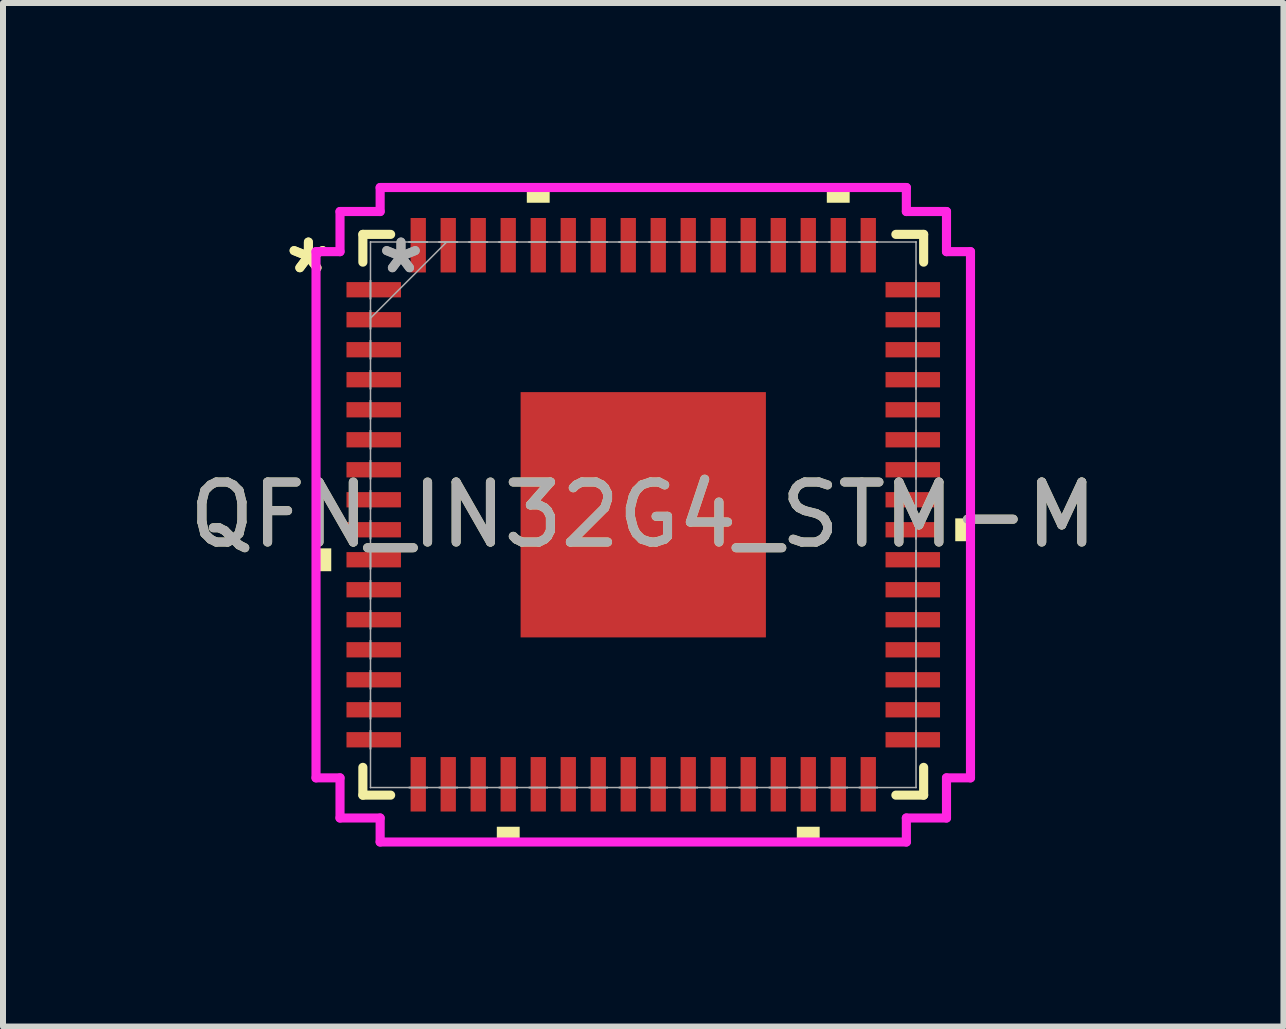
<source format=kicad_pcb>
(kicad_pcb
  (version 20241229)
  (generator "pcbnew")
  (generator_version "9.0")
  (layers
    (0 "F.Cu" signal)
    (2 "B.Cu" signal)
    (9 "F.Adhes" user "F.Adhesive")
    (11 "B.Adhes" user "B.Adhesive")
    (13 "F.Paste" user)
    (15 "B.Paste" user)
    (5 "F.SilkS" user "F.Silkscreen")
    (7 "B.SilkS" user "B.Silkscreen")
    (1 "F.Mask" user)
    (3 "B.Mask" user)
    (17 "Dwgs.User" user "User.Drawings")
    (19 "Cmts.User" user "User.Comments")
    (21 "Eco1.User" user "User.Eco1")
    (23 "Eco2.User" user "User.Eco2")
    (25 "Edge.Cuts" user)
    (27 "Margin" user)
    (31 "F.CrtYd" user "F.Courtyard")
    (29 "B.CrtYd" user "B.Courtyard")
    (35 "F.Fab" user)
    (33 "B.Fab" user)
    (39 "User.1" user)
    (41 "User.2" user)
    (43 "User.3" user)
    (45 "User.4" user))
  (footprint "QFN_IN32G4_STM-M"
    (layer "F.Cu")
    (at 7.673 5.531)
    (property "Reference" "QFN_IN32G4_STM-M" (at 0 0 0) (unlocked yes) (layer "F.SilkS") (effects (font (size 1 1) (thickness 0.15))))
    (attr smd)
    (fp_line (start -4.674 -4.674) (end -4.674 -4.211) (stroke (width 0.152) (type solid)) (layer "F.SilkS"))
    (fp_line (start -4.674 4.211) (end -4.674 4.674) (stroke (width 0.152) (type solid)) (layer "F.SilkS"))
    (fp_line (start -4.674 4.674) (end -4.211 4.674) (stroke (width 0.152) (type solid)) (layer "F.SilkS"))
    (fp_line (start -4.211 -4.674) (end -4.674 -4.674) (stroke (width 0.152) (type solid)) (layer "F.SilkS"))
    (fp_line (start 4.211 4.674) (end 4.674 4.674) (stroke (width 0.152) (type solid)) (layer "F.SilkS"))
    (fp_line (start 4.674 -4.674) (end 4.211 -4.674) (stroke (width 0.152) (type solid)) (layer "F.SilkS"))
    (fp_line (start 4.674 -4.211) (end 4.674 -4.674) (stroke (width 0.152) (type solid)) (layer "F.SilkS"))
    (fp_line (start 4.674 4.674) (end 4.674 4.211) (stroke (width 0.152) (type solid)) (layer "F.SilkS"))
    (fp_poly (pts (xy -5.455 0.56) (xy -5.455 0.941) (xy -5.201 0.941) (xy -5.201 0.56)) (stroke (width 0) (type solid)) (fill yes) (layer "F.SilkS"))
    (fp_poly (pts (xy -2.441 5.201) (xy -2.441 5.455) (xy -2.06 5.455) (xy -2.06 5.201)) (stroke (width 0) (type solid)) (fill yes) (layer "F.SilkS"))
    (fp_poly (pts (xy -1.941 -5.201) (xy -1.941 -5.455) (xy -1.56 -5.455) (xy -1.56 -5.201)) (stroke (width 0) (type solid)) (fill yes) (layer "F.SilkS"))
    (fp_poly (pts (xy 2.56 5.201) (xy 2.56 5.455) (xy 2.941 5.455) (xy 2.941 5.201)) (stroke (width 0) (type solid)) (fill yes) (layer "F.SilkS"))
    (fp_poly (pts (xy 3.06 -5.201) (xy 3.06 -5.455) (xy 3.441 -5.455) (xy 3.441 -5.201)) (stroke (width 0) (type solid)) (fill yes) (layer "F.SilkS"))
    (fp_poly (pts (xy 5.455 0.06) (xy 5.455 0.441) (xy 5.201 0.441) (xy 5.201 0.06)) (stroke (width 0) (type solid)) (fill yes) (layer "F.SilkS"))
    (fp_poly (pts (xy -1.945 -1.945) (xy -1.945 -0.782) (xy -0.782 -0.782) (xy -0.782 -1.945)) (stroke (width 0) (type solid)) (fill yes) (layer "F.Paste"))
    (fp_poly (pts (xy -1.945 -0.582) (xy -1.945 0.582) (xy -0.782 0.582) (xy -0.782 -0.582)) (stroke (width 0) (type solid)) (fill yes) (layer "F.Paste"))
    (fp_poly (pts (xy -1.945 0.782) (xy -1.945 1.945) (xy -0.782 1.945) (xy -0.782 0.782)) (stroke (width 0) (type solid)) (fill yes) (layer "F.Paste"))
    (fp_poly (pts (xy -0.582 -1.945) (xy -0.582 -0.782) (xy 0.582 -0.782) (xy 0.582 -1.945)) (stroke (width 0) (type solid)) (fill yes) (layer "F.Paste"))
    (fp_poly (pts (xy -0.582 -0.582) (xy -0.582 0.582) (xy 0.582 0.582) (xy 0.582 -0.582)) (stroke (width 0) (type solid)) (fill yes) (layer "F.Paste"))
    (fp_poly (pts (xy -0.582 0.782) (xy -0.582 1.945) (xy 0.582 1.945) (xy 0.582 0.782)) (stroke (width 0) (type solid)) (fill yes) (layer "F.Paste"))
    (fp_poly (pts (xy 0.782 -1.945) (xy 0.782 -0.782) (xy 1.945 -0.782) (xy 1.945 -1.945)) (stroke (width 0) (type solid)) (fill yes) (layer "F.Paste"))
    (fp_poly (pts (xy 0.782 -0.582) (xy 0.782 0.582) (xy 1.945 0.582) (xy 1.945 -0.582)) (stroke (width 0) (type solid)) (fill yes) (layer "F.Paste"))
    (fp_poly (pts (xy 0.782 0.782) (xy 0.782 1.945) (xy 1.945 1.945) (xy 1.945 0.782)) (stroke (width 0) (type solid)) (fill yes) (layer "F.Paste"))
    (fp_line (start -5.455 -4.386) (end -5.055 -4.386) (stroke (width 0.152) (type solid)) (layer "F.CrtYd"))
    (fp_line (start -5.455 4.386) (end -5.455 -4.386) (stroke (width 0.152) (type solid)) (layer "F.CrtYd"))
    (fp_line (start -5.055 -5.055) (end -4.386 -5.055) (stroke (width 0.152) (type solid)) (layer "F.CrtYd"))
    (fp_line (start -5.055 -4.386) (end -5.055 -5.055) (stroke (width 0.152) (type solid)) (layer "F.CrtYd"))
    (fp_line (start -5.055 4.386) (end -5.455 4.386) (stroke (width 0.152) (type solid)) (layer "F.CrtYd"))
    (fp_line (start -5.055 5.055) (end -5.055 4.386) (stroke (width 0.152) (type solid)) (layer "F.CrtYd"))
    (fp_line (start -4.386 -5.455) (end 4.386 -5.455) (stroke (width 0.152) (type solid)) (layer "F.CrtYd"))
    (fp_line (start -4.386 -5.055) (end -4.386 -5.455) (stroke (width 0.152) (type solid)) (layer "F.CrtYd"))
    (fp_line (start -4.386 5.055) (end -5.055 5.055) (stroke (width 0.152) (type solid)) (layer "F.CrtYd"))
    (fp_line (start -4.386 5.455) (end -4.386 5.055) (stroke (width 0.152) (type solid)) (layer "F.CrtYd"))
    (fp_line (start 4.386 -5.455) (end 4.386 -5.055) (stroke (width 0.152) (type solid)) (layer "F.CrtYd"))
    (fp_line (start 4.386 -5.055) (end 5.055 -5.055) (stroke (width 0.152) (type solid)) (layer "F.CrtYd"))
    (fp_line (start 4.386 5.055) (end 4.386 5.455) (stroke (width 0.152) (type solid)) (layer "F.CrtYd"))
    (fp_line (start 4.386 5.455) (end -4.386 5.455) (stroke (width 0.152) (type solid)) (layer "F.CrtYd"))
    (fp_line (start 5.055 -5.055) (end 5.055 -4.386) (stroke (width 0.152) (type solid)) (layer "F.CrtYd"))
    (fp_line (start 5.055 -4.386) (end 5.455 -4.386) (stroke (width 0.152) (type solid)) (layer "F.CrtYd"))
    (fp_line (start 5.055 4.386) (end 5.055 5.055) (stroke (width 0.152) (type solid)) (layer "F.CrtYd"))
    (fp_line (start 5.055 5.055) (end 4.386 5.055) (stroke (width 0.152) (type solid)) (layer "F.CrtYd"))
    (fp_line (start 5.455 -4.386) (end 5.455 4.386) (stroke (width 0.152) (type solid)) (layer "F.CrtYd"))
    (fp_line (start 5.455 4.386) (end 5.055 4.386) (stroke (width 0.152) (type solid)) (layer "F.CrtYd"))
    (fp_line (start -4.547 -4.547) (end -4.547 -4.547) (stroke (width 0.025) (type solid)) (layer "F.Fab"))
    (fp_line (start -4.547 -4.547) (end -4.547 4.547) (stroke (width 0.025) (type solid)) (layer "F.Fab"))
    (fp_line (start -4.547 -3.903) (end -4.547 -3.903) (stroke (width 0.025) (type solid)) (layer "F.Fab"))
    (fp_line (start -4.547 -3.903) (end -4.547 -3.599) (stroke (width 0.025) (type solid)) (layer "F.Fab"))
    (fp_line (start -4.547 -3.599) (end -4.547 -3.903) (stroke (width 0.025) (type solid)) (layer "F.Fab"))
    (fp_line (start -4.547 -3.599) (end -4.547 -3.599) (stroke (width 0.025) (type solid)) (layer "F.Fab"))
    (fp_line (start -4.547 -3.403) (end -4.547 -3.403) (stroke (width 0.025) (type solid)) (layer "F.Fab"))
    (fp_line (start -4.547 -3.403) (end -4.547 -3.098) (stroke (width 0.025) (type solid)) (layer "F.Fab"))
    (fp_line (start -4.547 -3.277) (end -3.277 -4.547) (stroke (width 0.025) (type solid)) (layer "F.Fab"))
    (fp_line (start -4.547 -3.098) (end -4.547 -3.403) (stroke (width 0.025) (type solid)) (layer "F.Fab"))
    (fp_line (start -4.547 -3.098) (end -4.547 -3.098) (stroke (width 0.025) (type solid)) (layer "F.Fab"))
    (fp_line (start -4.547 -2.903) (end -4.547 -2.903) (stroke (width 0.025) (type solid)) (layer "F.Fab"))
    (fp_line (start -4.547 -2.903) (end -4.547 -2.598) (stroke (width 0.025) (type solid)) (layer "F.Fab"))
    (fp_line (start -4.547 -2.598) (end -4.547 -2.903) (stroke (width 0.025) (type solid)) (layer "F.Fab"))
    (fp_line (start -4.547 -2.598) (end -4.547 -2.598) (stroke (width 0.025) (type solid)) (layer "F.Fab"))
    (fp_line (start -4.547 -2.403) (end -4.547 -2.403) (stroke (width 0.025) (type solid)) (layer "F.Fab"))
    (fp_line (start -4.547 -2.403) (end -4.547 -2.098) (stroke (width 0.025) (type solid)) (layer "F.Fab"))
    (fp_line (start -4.547 -2.098) (end -4.547 -2.403) (stroke (width 0.025) (type solid)) (layer "F.Fab"))
    (fp_line (start -4.547 -2.098) (end -4.547 -2.098) (stroke (width 0.025) (type solid)) (layer "F.Fab"))
    (fp_line (start -4.547 -1.903) (end -4.547 -1.903) (stroke (width 0.025) (type solid)) (layer "F.Fab"))
    (fp_line (start -4.547 -1.903) (end -4.547 -1.598) (stroke (width 0.025) (type solid)) (layer "F.Fab"))
    (fp_line (start -4.547 -1.598) (end -4.547 -1.903) (stroke (width 0.025) (type solid)) (layer "F.Fab"))
    (fp_line (start -4.547 -1.598) (end -4.547 -1.598) (stroke (width 0.025) (type solid)) (layer "F.Fab"))
    (fp_line (start -4.547 -1.403) (end -4.547 -1.403) (stroke (width 0.025) (type solid)) (layer "F.Fab"))
    (fp_line (start -4.547 -1.403) (end -4.547 -1.098) (stroke (width 0.025) (type solid)) (layer "F.Fab"))
    (fp_line (start -4.547 -1.098) (end -4.547 -1.403) (stroke (width 0.025) (type solid)) (layer "F.Fab"))
    (fp_line (start -4.547 -1.098) (end -4.547 -1.098) (stroke (width 0.025) (type solid)) (layer "F.Fab"))
    (fp_line (start -4.547 -0.903) (end -4.547 -0.903) (stroke (width 0.025) (type solid)) (layer "F.Fab"))
    (fp_line (start -4.547 -0.903) (end -4.547 -0.598) (stroke (width 0.025) (type solid)) (layer "F.Fab"))
    (fp_line (start -4.547 -0.598) (end -4.547 -0.903) (stroke (width 0.025) (type solid)) (layer "F.Fab"))
    (fp_line (start -4.547 -0.598) (end -4.547 -0.598) (stroke (width 0.025) (type solid)) (layer "F.Fab"))
    (fp_line (start -4.547 -0.402) (end -4.547 -0.402) (stroke (width 0.025) (type solid)) (layer "F.Fab"))
    (fp_line (start -4.547 -0.402) (end -4.547 -0.098) (stroke (width 0.025) (type solid)) (layer "F.Fab"))
    (fp_line (start -4.547 -0.098) (end -4.547 -0.402) (stroke (width 0.025) (type solid)) (layer "F.Fab"))
    (fp_line (start -4.547 -0.098) (end -4.547 -0.098) (stroke (width 0.025) (type solid)) (layer "F.Fab"))
    (fp_line (start -4.547 0.098) (end -4.547 0.098) (stroke (width 0.025) (type solid)) (layer "F.Fab"))
    (fp_line (start -4.547 0.098) (end -4.547 0.402) (stroke (width 0.025) (type solid)) (layer "F.Fab"))
    (fp_line (start -4.547 0.402) (end -4.547 0.098) (stroke (width 0.025) (type solid)) (layer "F.Fab"))
    (fp_line (start -4.547 0.402) (end -4.547 0.402) (stroke (width 0.025) (type solid)) (layer "F.Fab"))
    (fp_line (start -4.547 0.598) (end -4.547 0.598) (stroke (width 0.025) (type solid)) (layer "F.Fab"))
    (fp_line (start -4.547 0.598) (end -4.547 0.903) (stroke (width 0.025) (type solid)) (layer "F.Fab"))
    (fp_line (start -4.547 0.903) (end -4.547 0.598) (stroke (width 0.025) (type solid)) (layer "F.Fab"))
    (fp_line (start -4.547 0.903) (end -4.547 0.903) (stroke (width 0.025) (type solid)) (layer "F.Fab"))
    (fp_line (start -4.547 1.098) (end -4.547 1.098) (stroke (width 0.025) (type solid)) (layer "F.Fab"))
    (fp_line (start -4.547 1.098) (end -4.547 1.403) (stroke (width 0.025) (type solid)) (layer "F.Fab"))
    (fp_line (start -4.547 1.403) (end -4.547 1.098) (stroke (width 0.025) (type solid)) (layer "F.Fab"))
    (fp_line (start -4.547 1.403) (end -4.547 1.403) (stroke (width 0.025) (type solid)) (layer "F.Fab"))
    (fp_line (start -4.547 1.598) (end -4.547 1.598) (stroke (width 0.025) (type solid)) (layer "F.Fab"))
    (fp_line (start -4.547 1.598) (end -4.547 1.903) (stroke (width 0.025) (type solid)) (layer "F.Fab"))
    (fp_line (start -4.547 1.903) (end -4.547 1.598) (stroke (width 0.025) (type solid)) (layer "F.Fab"))
    (fp_line (start -4.547 1.903) (end -4.547 1.903) (stroke (width 0.025) (type solid)) (layer "F.Fab"))
    (fp_line (start -4.547 2.098) (end -4.547 2.098) (stroke (width 0.025) (type solid)) (layer "F.Fab"))
    (fp_line (start -4.547 2.098) (end -4.547 2.403) (stroke (width 0.025) (type solid)) (layer "F.Fab"))
    (fp_line (start -4.547 2.403) (end -4.547 2.098) (stroke (width 0.025) (type solid)) (layer "F.Fab"))
    (fp_line (start -4.547 2.403) (end -4.547 2.403) (stroke (width 0.025) (type solid)) (layer "F.Fab"))
    (fp_line (start -4.547 2.598) (end -4.547 2.598) (stroke (width 0.025) (type solid)) (layer "F.Fab"))
    (fp_line (start -4.547 2.598) (end -4.547 2.903) (stroke (width 0.025) (type solid)) (layer "F.Fab"))
    (fp_line (start -4.547 2.903) (end -4.547 2.598) (stroke (width 0.025) (type solid)) (layer "F.Fab"))
    (fp_line (start -4.547 2.903) (end -4.547 2.903) (stroke (width 0.025) (type solid)) (layer "F.Fab"))
    (fp_line (start -4.547 3.098) (end -4.547 3.098) (stroke (width 0.025) (type solid)) (layer "F.Fab"))
    (fp_line (start -4.547 3.098) (end -4.547 3.403) (stroke (width 0.025) (type solid)) (layer "F.Fab"))
    (fp_line (start -4.547 3.403) (end -4.547 3.098) (stroke (width 0.025) (type solid)) (layer "F.Fab"))
    (fp_line (start -4.547 3.403) (end -4.547 3.403) (stroke (width 0.025) (type solid)) (layer "F.Fab"))
    (fp_line (start -4.547 3.599) (end -4.547 3.599) (stroke (width 0.025) (type solid)) (layer "F.Fab"))
    (fp_line (start -4.547 3.599) (end -4.547 3.903) (stroke (width 0.025) (type solid)) (layer "F.Fab"))
    (fp_line (start -4.547 3.903) (end -4.547 3.599) (stroke (width 0.025) (type solid)) (layer "F.Fab"))
    (fp_line (start -4.547 3.903) (end -4.547 3.903) (stroke (width 0.025) (type solid)) (layer "F.Fab"))
    (fp_line (start -4.547 4.547) (end -4.547 4.547) (stroke (width 0.025) (type solid)) (layer "F.Fab"))
    (fp_line (start -4.547 4.547) (end 4.547 4.547) (stroke (width 0.025) (type solid)) (layer "F.Fab"))
    (fp_line (start -3.903 -4.547) (end -3.903 -4.547) (stroke (width 0.025) (type solid)) (layer "F.Fab"))
    (fp_line (start -3.903 -4.547) (end -3.599 -4.547) (stroke (width 0.025) (type solid)) (layer "F.Fab"))
    (fp_line (start -3.903 4.547) (end -3.903 4.547) (stroke (width 0.025) (type solid)) (layer "F.Fab"))
    (fp_line (start -3.903 4.547) (end -3.599 4.547) (stroke (width 0.025) (type solid)) (layer "F.Fab"))
    (fp_line (start -3.599 -4.547) (end -3.903 -4.547) (stroke (width 0.025) (type solid)) (layer "F.Fab"))
    (fp_line (start -3.599 -4.547) (end -3.599 -4.547) (stroke (width 0.025) (type solid)) (layer "F.Fab"))
    (fp_line (start -3.599 4.547) (end -3.903 4.547) (stroke (width 0.025) (type solid)) (layer "F.Fab"))
    (fp_line (start -3.599 4.547) (end -3.599 4.547) (stroke (width 0.025) (type solid)) (layer "F.Fab"))
    (fp_line (start -3.403 -4.547) (end -3.403 -4.547) (stroke (width 0.025) (type solid)) (layer "F.Fab"))
    (fp_line (start -3.403 -4.547) (end -3.098 -4.547) (stroke (width 0.025) (type solid)) (layer "F.Fab"))
    (fp_line (start -3.403 4.547) (end -3.403 4.547) (stroke (width 0.025) (type solid)) (layer "F.Fab"))
    (fp_line (start -3.403 4.547) (end -3.098 4.547) (stroke (width 0.025) (type solid)) (layer "F.Fab"))
    (fp_line (start -3.098 -4.547) (end -3.403 -4.547) (stroke (width 0.025) (type solid)) (layer "F.Fab"))
    (fp_line (start -3.098 -4.547) (end -3.098 -4.547) (stroke (width 0.025) (type solid)) (layer "F.Fab"))
    (fp_line (start -3.098 4.547) (end -3.403 4.547) (stroke (width 0.025) (type solid)) (layer "F.Fab"))
    (fp_line (start -3.098 4.547) (end -3.098 4.547) (stroke (width 0.025) (type solid)) (layer "F.Fab"))
    (fp_line (start -2.903 -4.547) (end -2.903 -4.547) (stroke (width 0.025) (type solid)) (layer "F.Fab"))
    (fp_line (start -2.903 -4.547) (end -2.598 -4.547) (stroke (width 0.025) (type solid)) (layer "F.Fab"))
    (fp_line (start -2.903 4.547) (end -2.903 4.547) (stroke (width 0.025) (type solid)) (layer "F.Fab"))
    (fp_line (start -2.903 4.547) (end -2.598 4.547) (stroke (width 0.025) (type solid)) (layer "F.Fab"))
    (fp_line (start -2.598 -4.547) (end -2.903 -4.547) (stroke (width 0.025) (type solid)) (layer "F.Fab"))
    (fp_line (start -2.598 -4.547) (end -2.598 -4.547) (stroke (width 0.025) (type solid)) (layer "F.Fab"))
    (fp_line (start -2.598 4.547) (end -2.903 4.547) (stroke (width 0.025) (type solid)) (layer "F.Fab"))
    (fp_line (start -2.598 4.547) (end -2.598 4.547) (stroke (width 0.025) (type solid)) (layer "F.Fab"))
    (fp_line (start -2.403 -4.547) (end -2.403 -4.547) (stroke (width 0.025) (type solid)) (layer "F.Fab"))
    (fp_line (start -2.403 -4.547) (end -2.098 -4.547) (stroke (width 0.025) (type solid)) (layer "F.Fab"))
    (fp_line (start -2.403 4.547) (end -2.403 4.547) (stroke (width 0.025) (type solid)) (layer "F.Fab"))
    (fp_line (start -2.403 4.547) (end -2.098 4.547) (stroke (width 0.025) (type solid)) (layer "F.Fab"))
    (fp_line (start -2.098 -4.547) (end -2.403 -4.547) (stroke (width 0.025) (type solid)) (layer "F.Fab"))
    (fp_line (start -2.098 -4.547) (end -2.098 -4.547) (stroke (width 0.025) (type solid)) (layer "F.Fab"))
    (fp_line (start -2.098 4.547) (end -2.403 4.547) (stroke (width 0.025) (type solid)) (layer "F.Fab"))
    (fp_line (start -2.098 4.547) (end -2.098 4.547) (stroke (width 0.025) (type solid)) (layer "F.Fab"))
    (fp_line (start -1.903 -4.547) (end -1.903 -4.547) (stroke (width 0.025) (type solid)) (layer "F.Fab"))
    (fp_line (start -1.903 -4.547) (end -1.598 -4.547) (stroke (width 0.025) (type solid)) (layer "F.Fab"))
    (fp_line (start -1.903 4.547) (end -1.903 4.547) (stroke (width 0.025) (type solid)) (layer "F.Fab"))
    (fp_line (start -1.903 4.547) (end -1.598 4.547) (stroke (width 0.025) (type solid)) (layer "F.Fab"))
    (fp_line (start -1.598 -4.547) (end -1.903 -4.547) (stroke (width 0.025) (type solid)) (layer "F.Fab"))
    (fp_line (start -1.598 -4.547) (end -1.598 -4.547) (stroke (width 0.025) (type solid)) (layer "F.Fab"))
    (fp_line (start -1.598 4.547) (end -1.903 4.547) (stroke (width 0.025) (type solid)) (layer "F.Fab"))
    (fp_line (start -1.598 4.547) (end -1.598 4.547) (stroke (width 0.025) (type solid)) (layer "F.Fab"))
    (fp_line (start -1.403 -4.547) (end -1.403 -4.547) (stroke (width 0.025) (type solid)) (layer "F.Fab"))
    (fp_line (start -1.403 -4.547) (end -1.098 -4.547) (stroke (width 0.025) (type solid)) (layer "F.Fab"))
    (fp_line (start -1.403 4.547) (end -1.403 4.547) (stroke (width 0.025) (type solid)) (layer "F.Fab"))
    (fp_line (start -1.403 4.547) (end -1.098 4.547) (stroke (width 0.025) (type solid)) (layer "F.Fab"))
    (fp_line (start -1.098 -4.547) (end -1.403 -4.547) (stroke (width 0.025) (type solid)) (layer "F.Fab"))
    (fp_line (start -1.098 -4.547) (end -1.098 -4.547) (stroke (width 0.025) (type solid)) (layer "F.Fab"))
    (fp_line (start -1.098 4.547) (end -1.403 4.547) (stroke (width 0.025) (type solid)) (layer "F.Fab"))
    (fp_line (start -1.098 4.547) (end -1.098 4.547) (stroke (width 0.025) (type solid)) (layer "F.Fab"))
    (fp_line (start -0.903 -4.547) (end -0.903 -4.547) (stroke (width 0.025) (type solid)) (layer "F.Fab"))
    (fp_line (start -0.903 -4.547) (end -0.598 -4.547) (stroke (width 0.025) (type solid)) (layer "F.Fab"))
    (fp_line (start -0.903 4.547) (end -0.903 4.547) (stroke (width 0.025) (type solid)) (layer "F.Fab"))
    (fp_line (start -0.903 4.547) (end -0.598 4.547) (stroke (width 0.025) (type solid)) (layer "F.Fab"))
    (fp_line (start -0.598 -4.547) (end -0.903 -4.547) (stroke (width 0.025) (type solid)) (layer "F.Fab"))
    (fp_line (start -0.598 -4.547) (end -0.598 -4.547) (stroke (width 0.025) (type solid)) (layer "F.Fab"))
    (fp_line (start -0.598 4.547) (end -0.903 4.547) (stroke (width 0.025) (type solid)) (layer "F.Fab"))
    (fp_line (start -0.598 4.547) (end -0.598 4.547) (stroke (width 0.025) (type solid)) (layer "F.Fab"))
    (fp_line (start -0.402 -4.547) (end -0.402 -4.547) (stroke (width 0.025) (type solid)) (layer "F.Fab"))
    (fp_line (start -0.402 -4.547) (end -0.098 -4.547) (stroke (width 0.025) (type solid)) (layer "F.Fab"))
    (fp_line (start -0.402 4.547) (end -0.402 4.547) (stroke (width 0.025) (type solid)) (layer "F.Fab"))
    (fp_line (start -0.402 4.547) (end -0.098 4.547) (stroke (width 0.025) (type solid)) (layer "F.Fab"))
    (fp_line (start -0.098 -4.547) (end -0.402 -4.547) (stroke (width 0.025) (type solid)) (layer "F.Fab"))
    (fp_line (start -0.098 -4.547) (end -0.098 -4.547) (stroke (width 0.025) (type solid)) (layer "F.Fab"))
    (fp_line (start -0.098 4.547) (end -0.402 4.547) (stroke (width 0.025) (type solid)) (layer "F.Fab"))
    (fp_line (start -0.098 4.547) (end -0.098 4.547) (stroke (width 0.025) (type solid)) (layer "F.Fab"))
    (fp_line (start 0.098 -4.547) (end 0.098 -4.547) (stroke (width 0.025) (type solid)) (layer "F.Fab"))
    (fp_line (start 0.098 -4.547) (end 0.402 -4.547) (stroke (width 0.025) (type solid)) (layer "F.Fab"))
    (fp_line (start 0.098 4.547) (end 0.098 4.547) (stroke (width 0.025) (type solid)) (layer "F.Fab"))
    (fp_line (start 0.098 4.547) (end 0.402 4.547) (stroke (width 0.025) (type solid)) (layer "F.Fab"))
    (fp_line (start 0.402 -4.547) (end 0.098 -4.547) (stroke (width 0.025) (type solid)) (layer "F.Fab"))
    (fp_line (start 0.402 -4.547) (end 0.402 -4.547) (stroke (width 0.025) (type solid)) (layer "F.Fab"))
    (fp_line (start 0.402 4.547) (end 0.098 4.547) (stroke (width 0.025) (type solid)) (layer "F.Fab"))
    (fp_line (start 0.402 4.547) (end 0.402 4.547) (stroke (width 0.025) (type solid)) (layer "F.Fab"))
    (fp_line (start 0.598 -4.547) (end 0.598 -4.547) (stroke (width 0.025) (type solid)) (layer "F.Fab"))
    (fp_line (start 0.598 -4.547) (end 0.903 -4.547) (stroke (width 0.025) (type solid)) (layer "F.Fab"))
    (fp_line (start 0.598 4.547) (end 0.598 4.547) (stroke (width 0.025) (type solid)) (layer "F.Fab"))
    (fp_line (start 0.598 4.547) (end 0.903 4.547) (stroke (width 0.025) (type solid)) (layer "F.Fab"))
    (fp_line (start 0.903 -4.547) (end 0.598 -4.547) (stroke (width 0.025) (type solid)) (layer "F.Fab"))
    (fp_line (start 0.903 -4.547) (end 0.903 -4.547) (stroke (width 0.025) (type solid)) (layer "F.Fab"))
    (fp_line (start 0.903 4.547) (end 0.598 4.547) (stroke (width 0.025) (type solid)) (layer "F.Fab"))
    (fp_line (start 0.903 4.547) (end 0.903 4.547) (stroke (width 0.025) (type solid)) (layer "F.Fab"))
    (fp_line (start 1.098 -4.547) (end 1.098 -4.547) (stroke (width 0.025) (type solid)) (layer "F.Fab"))
    (fp_line (start 1.098 -4.547) (end 1.403 -4.547) (stroke (width 0.025) (type solid)) (layer "F.Fab"))
    (fp_line (start 1.098 4.547) (end 1.098 4.547) (stroke (width 0.025) (type solid)) (layer "F.Fab"))
    (fp_line (start 1.098 4.547) (end 1.403 4.547) (stroke (width 0.025) (type solid)) (layer "F.Fab"))
    (fp_line (start 1.403 -4.547) (end 1.098 -4.547) (stroke (width 0.025) (type solid)) (layer "F.Fab"))
    (fp_line (start 1.403 -4.547) (end 1.403 -4.547) (stroke (width 0.025) (type solid)) (layer "F.Fab"))
    (fp_line (start 1.403 4.547) (end 1.098 4.547) (stroke (width 0.025) (type solid)) (layer "F.Fab"))
    (fp_line (start 1.403 4.547) (end 1.403 4.547) (stroke (width 0.025) (type solid)) (layer "F.Fab"))
    (fp_line (start 1.598 -4.547) (end 1.598 -4.547) (stroke (width 0.025) (type solid)) (layer "F.Fab"))
    (fp_line (start 1.598 -4.547) (end 1.903 -4.547) (stroke (width 0.025) (type solid)) (layer "F.Fab"))
    (fp_line (start 1.598 4.547) (end 1.598 4.547) (stroke (width 0.025) (type solid)) (layer "F.Fab"))
    (fp_line (start 1.598 4.547) (end 1.903 4.547) (stroke (width 0.025) (type solid)) (layer "F.Fab"))
    (fp_line (start 1.903 -4.547) (end 1.598 -4.547) (stroke (width 0.025) (type solid)) (layer "F.Fab"))
    (fp_line (start 1.903 -4.547) (end 1.903 -4.547) (stroke (width 0.025) (type solid)) (layer "F.Fab"))
    (fp_line (start 1.903 4.547) (end 1.598 4.547) (stroke (width 0.025) (type solid)) (layer "F.Fab"))
    (fp_line (start 1.903 4.547) (end 1.903 4.547) (stroke (width 0.025) (type solid)) (layer "F.Fab"))
    (fp_line (start 2.098 -4.547) (end 2.098 -4.547) (stroke (width 0.025) (type solid)) (layer "F.Fab"))
    (fp_line (start 2.098 -4.547) (end 2.403 -4.547) (stroke (width 0.025) (type solid)) (layer "F.Fab"))
    (fp_line (start 2.098 4.547) (end 2.098 4.547) (stroke (width 0.025) (type solid)) (layer "F.Fab"))
    (fp_line (start 2.098 4.547) (end 2.403 4.547) (stroke (width 0.025) (type solid)) (layer "F.Fab"))
    (fp_line (start 2.403 -4.547) (end 2.098 -4.547) (stroke (width 0.025) (type solid)) (layer "F.Fab"))
    (fp_line (start 2.403 -4.547) (end 2.403 -4.547) (stroke (width 0.025) (type solid)) (layer "F.Fab"))
    (fp_line (start 2.403 4.547) (end 2.098 4.547) (stroke (width 0.025) (type solid)) (layer "F.Fab"))
    (fp_line (start 2.403 4.547) (end 2.403 4.547) (stroke (width 0.025) (type solid)) (layer "F.Fab"))
    (fp_line (start 2.598 -4.547) (end 2.598 -4.547) (stroke (width 0.025) (type solid)) (layer "F.Fab"))
    (fp_line (start 2.598 -4.547) (end 2.903 -4.547) (stroke (width 0.025) (type solid)) (layer "F.Fab"))
    (fp_line (start 2.598 4.547) (end 2.598 4.547) (stroke (width 0.025) (type solid)) (layer "F.Fab"))
    (fp_line (start 2.598 4.547) (end 2.903 4.547) (stroke (width 0.025) (type solid)) (layer "F.Fab"))
    (fp_line (start 2.903 -4.547) (end 2.598 -4.547) (stroke (width 0.025) (type solid)) (layer "F.Fab"))
    (fp_line (start 2.903 -4.547) (end 2.903 -4.547) (stroke (width 0.025) (type solid)) (layer "F.Fab"))
    (fp_line (start 2.903 4.547) (end 2.598 4.547) (stroke (width 0.025) (type solid)) (layer "F.Fab"))
    (fp_line (start 2.903 4.547) (end 2.903 4.547) (stroke (width 0.025) (type solid)) (layer "F.Fab"))
    (fp_line (start 3.098 -4.547) (end 3.098 -4.547) (stroke (width 0.025) (type solid)) (layer "F.Fab"))
    (fp_line (start 3.098 -4.547) (end 3.403 -4.547) (stroke (width 0.025) (type solid)) (layer "F.Fab"))
    (fp_line (start 3.098 4.547) (end 3.098 4.547) (stroke (width 0.025) (type solid)) (layer "F.Fab"))
    (fp_line (start 3.098 4.547) (end 3.403 4.547) (stroke (width 0.025) (type solid)) (layer "F.Fab"))
    (fp_line (start 3.403 -4.547) (end 3.098 -4.547) (stroke (width 0.025) (type solid)) (layer "F.Fab"))
    (fp_line (start 3.403 -4.547) (end 3.403 -4.547) (stroke (width 0.025) (type solid)) (layer "F.Fab"))
    (fp_line (start 3.403 4.547) (end 3.098 4.547) (stroke (width 0.025) (type solid)) (layer "F.Fab"))
    (fp_line (start 3.403 4.547) (end 3.403 4.547) (stroke (width 0.025) (type solid)) (layer "F.Fab"))
    (fp_line (start 3.599 -4.547) (end 3.599 -4.547) (stroke (width 0.025) (type solid)) (layer "F.Fab"))
    (fp_line (start 3.599 -4.547) (end 3.903 -4.547) (stroke (width 0.025) (type solid)) (layer "F.Fab"))
    (fp_line (start 3.599 4.547) (end 3.599 4.547) (stroke (width 0.025) (type solid)) (layer "F.Fab"))
    (fp_line (start 3.599 4.547) (end 3.903 4.547) (stroke (width 0.025) (type solid)) (layer "F.Fab"))
    (fp_line (start 3.903 -4.547) (end 3.599 -4.547) (stroke (width 0.025) (type solid)) (layer "F.Fab"))
    (fp_line (start 3.903 -4.547) (end 3.903 -4.547) (stroke (width 0.025) (type solid)) (layer "F.Fab"))
    (fp_line (start 3.903 4.547) (end 3.599 4.547) (stroke (width 0.025) (type solid)) (layer "F.Fab"))
    (fp_line (start 3.903 4.547) (end 3.903 4.547) (stroke (width 0.025) (type solid)) (layer "F.Fab"))
    (fp_line (start 4.547 -4.547) (end -4.547 -4.547) (stroke (width 0.025) (type solid)) (layer "F.Fab"))
    (fp_line (start 4.547 -4.547) (end 4.547 -4.547) (stroke (width 0.025) (type solid)) (layer "F.Fab"))
    (fp_line (start 4.547 -3.903) (end 4.547 -3.903) (stroke (width 0.025) (type solid)) (layer "F.Fab"))
    (fp_line (start 4.547 -3.903) (end 4.547 -3.599) (stroke (width 0.025) (type solid)) (layer "F.Fab"))
    (fp_line (start 4.547 -3.599) (end 4.547 -3.903) (stroke (width 0.025) (type solid)) (layer "F.Fab"))
    (fp_line (start 4.547 -3.599) (end 4.547 -3.599) (stroke (width 0.025) (type solid)) (layer "F.Fab"))
    (fp_line (start 4.547 -3.403) (end 4.547 -3.403) (stroke (width 0.025) (type solid)) (layer "F.Fab"))
    (fp_line (start 4.547 -3.403) (end 4.547 -3.098) (stroke (width 0.025) (type solid)) (layer "F.Fab"))
    (fp_line (start 4.547 -3.098) (end 4.547 -3.403) (stroke (width 0.025) (type solid)) (layer "F.Fab"))
    (fp_line (start 4.547 -3.098) (end 4.547 -3.098) (stroke (width 0.025) (type solid)) (layer "F.Fab"))
    (fp_line (start 4.547 -2.903) (end 4.547 -2.903) (stroke (width 0.025) (type solid)) (layer "F.Fab"))
    (fp_line (start 4.547 -2.903) (end 4.547 -2.598) (stroke (width 0.025) (type solid)) (layer "F.Fab"))
    (fp_line (start 4.547 -2.598) (end 4.547 -2.903) (stroke (width 0.025) (type solid)) (layer "F.Fab"))
    (fp_line (start 4.547 -2.598) (end 4.547 -2.598) (stroke (width 0.025) (type solid)) (layer "F.Fab"))
    (fp_line (start 4.547 -2.403) (end 4.547 -2.403) (stroke (width 0.025) (type solid)) (layer "F.Fab"))
    (fp_line (start 4.547 -2.403) (end 4.547 -2.098) (stroke (width 0.025) (type solid)) (layer "F.Fab"))
    (fp_line (start 4.547 -2.098) (end 4.547 -2.403) (stroke (width 0.025) (type solid)) (layer "F.Fab"))
    (fp_line (start 4.547 -2.098) (end 4.547 -2.098) (stroke (width 0.025) (type solid)) (layer "F.Fab"))
    (fp_line (start 4.547 -1.903) (end 4.547 -1.903) (stroke (width 0.025) (type solid)) (layer "F.Fab"))
    (fp_line (start 4.547 -1.903) (end 4.547 -1.598) (stroke (width 0.025) (type solid)) (layer "F.Fab"))
    (fp_line (start 4.547 -1.598) (end 4.547 -1.903) (stroke (width 0.025) (type solid)) (layer "F.Fab"))
    (fp_line (start 4.547 -1.598) (end 4.547 -1.598) (stroke (width 0.025) (type solid)) (layer "F.Fab"))
    (fp_line (start 4.547 -1.403) (end 4.547 -1.403) (stroke (width 0.025) (type solid)) (layer "F.Fab"))
    (fp_line (start 4.547 -1.403) (end 4.547 -1.098) (stroke (width 0.025) (type solid)) (layer "F.Fab"))
    (fp_line (start 4.547 -1.098) (end 4.547 -1.403) (stroke (width 0.025) (type solid)) (layer "F.Fab"))
    (fp_line (start 4.547 -1.098) (end 4.547 -1.098) (stroke (width 0.025) (type solid)) (layer "F.Fab"))
    (fp_line (start 4.547 -0.903) (end 4.547 -0.903) (stroke (width 0.025) (type solid)) (layer "F.Fab"))
    (fp_line (start 4.547 -0.903) (end 4.547 -0.598) (stroke (width 0.025) (type solid)) (layer "F.Fab"))
    (fp_line (start 4.547 -0.598) (end 4.547 -0.903) (stroke (width 0.025) (type solid)) (layer "F.Fab"))
    (fp_line (start 4.547 -0.598) (end 4.547 -0.598) (stroke (width 0.025) (type solid)) (layer "F.Fab"))
    (fp_line (start 4.547 -0.402) (end 4.547 -0.402) (stroke (width 0.025) (type solid)) (layer "F.Fab"))
    (fp_line (start 4.547 -0.402) (end 4.547 -0.098) (stroke (width 0.025) (type solid)) (layer "F.Fab"))
    (fp_line (start 4.547 -0.098) (end 4.547 -0.402) (stroke (width 0.025) (type solid)) (layer "F.Fab"))
    (fp_line (start 4.547 -0.098) (end 4.547 -0.098) (stroke (width 0.025) (type solid)) (layer "F.Fab"))
    (fp_line (start 4.547 0.098) (end 4.547 0.098) (stroke (width 0.025) (type solid)) (layer "F.Fab"))
    (fp_line (start 4.547 0.098) (end 4.547 0.402) (stroke (width 0.025) (type solid)) (layer "F.Fab"))
    (fp_line (start 4.547 0.402) (end 4.547 0.098) (stroke (width 0.025) (type solid)) (layer "F.Fab"))
    (fp_line (start 4.547 0.402) (end 4.547 0.402) (stroke (width 0.025) (type solid)) (layer "F.Fab"))
    (fp_line (start 4.547 0.598) (end 4.547 0.598) (stroke (width 0.025) (type solid)) (layer "F.Fab"))
    (fp_line (start 4.547 0.598) (end 4.547 0.903) (stroke (width 0.025) (type solid)) (layer "F.Fab"))
    (fp_line (start 4.547 0.903) (end 4.547 0.598) (stroke (width 0.025) (type solid)) (layer "F.Fab"))
    (fp_line (start 4.547 0.903) (end 4.547 0.903) (stroke (width 0.025) (type solid)) (layer "F.Fab"))
    (fp_line (start 4.547 1.098) (end 4.547 1.098) (stroke (width 0.025) (type solid)) (layer "F.Fab"))
    (fp_line (start 4.547 1.098) (end 4.547 1.403) (stroke (width 0.025) (type solid)) (layer "F.Fab"))
    (fp_line (start 4.547 1.403) (end 4.547 1.098) (stroke (width 0.025) (type solid)) (layer "F.Fab"))
    (fp_line (start 4.547 1.403) (end 4.547 1.403) (stroke (width 0.025) (type solid)) (layer "F.Fab"))
    (fp_line (start 4.547 1.598) (end 4.547 1.598) (stroke (width 0.025) (type solid)) (layer "F.Fab"))
    (fp_line (start 4.547 1.598) (end 4.547 1.903) (stroke (width 0.025) (type solid)) (layer "F.Fab"))
    (fp_line (start 4.547 1.903) (end 4.547 1.598) (stroke (width 0.025) (type solid)) (layer "F.Fab"))
    (fp_line (start 4.547 1.903) (end 4.547 1.903) (stroke (width 0.025) (type solid)) (layer "F.Fab"))
    (fp_line (start 4.547 2.098) (end 4.547 2.098) (stroke (width 0.025) (type solid)) (layer "F.Fab"))
    (fp_line (start 4.547 2.098) (end 4.547 2.403) (stroke (width 0.025) (type solid)) (layer "F.Fab"))
    (fp_line (start 4.547 2.403) (end 4.547 2.098) (stroke (width 0.025) (type solid)) (layer "F.Fab"))
    (fp_line (start 4.547 2.403) (end 4.547 2.403) (stroke (width 0.025) (type solid)) (layer "F.Fab"))
    (fp_line (start 4.547 2.598) (end 4.547 2.598) (stroke (width 0.025) (type solid)) (layer "F.Fab"))
    (fp_line (start 4.547 2.598) (end 4.547 2.903) (stroke (width 0.025) (type solid)) (layer "F.Fab"))
    (fp_line (start 4.547 2.903) (end 4.547 2.598) (stroke (width 0.025) (type solid)) (layer "F.Fab"))
    (fp_line (start 4.547 2.903) (end 4.547 2.903) (stroke (width 0.025) (type solid)) (layer "F.Fab"))
    (fp_line (start 4.547 3.098) (end 4.547 3.098) (stroke (width 0.025) (type solid)) (layer "F.Fab"))
    (fp_line (start 4.547 3.098) (end 4.547 3.403) (stroke (width 0.025) (type solid)) (layer "F.Fab"))
    (fp_line (start 4.547 3.403) (end 4.547 3.098) (stroke (width 0.025) (type solid)) (layer "F.Fab"))
    (fp_line (start 4.547 3.403) (end 4.547 3.403) (stroke (width 0.025) (type solid)) (layer "F.Fab"))
    (fp_line (start 4.547 3.599) (end 4.547 3.599) (stroke (width 0.025) (type solid)) (layer "F.Fab"))
    (fp_line (start 4.547 3.599) (end 4.547 3.903) (stroke (width 0.025) (type solid)) (layer "F.Fab"))
    (fp_line (start 4.547 3.903) (end 4.547 3.599) (stroke (width 0.025) (type solid)) (layer "F.Fab"))
    (fp_line (start 4.547 3.903) (end 4.547 3.903) (stroke (width 0.025) (type solid)) (layer "F.Fab"))
    (fp_line (start 4.547 4.547) (end 4.547 -4.547) (stroke (width 0.025) (type solid)) (layer "F.Fab"))
    (fp_line (start 4.547 4.547) (end 4.547 4.547) (stroke (width 0.025) (type solid)) (layer "F.Fab"))
    (fp_text user "*" (at -5.582 -4.001 0) (layer "F.SilkS") (effects (font (size 1 1) (thickness 0.15))))
    (fp_text user "*" (at -5.582 -4.001 0) (unlocked yes) (layer "F.SilkS") (effects (font (size 1 1) (thickness 0.15))))
    (fp_text user "*" (at -4.039 -4.001 0) (layer "F.Fab") (effects (font (size 1 1) (thickness 0.15))))
    (fp_text user "*" (at -4.039 -4.001 0) (unlocked yes) (layer "F.Fab") (effects (font (size 1 1) (thickness 0.15))))
    (fp_text user "${REFERENCE}" (at 0 0 0) (unlocked yes) (layer "F.Fab") (effects (font (size 1 1) (thickness 0.15))))
    (pad "1" smd rect (at -4.493 -3.751 90) (size 0.255 0.908) (layers "F.Cu" "F.Mask" "F.Paste"))
    (pad "2" smd rect (at -4.493 -3.251 90) (size 0.255 0.908) (layers "F.Cu" "F.Mask" "F.Paste"))
    (pad "3" smd rect (at -4.493 -2.751 90) (size 0.255 0.908) (layers "F.Cu" "F.Mask" "F.Paste"))
    (pad "4" smd rect (at -4.493 -2.251 90) (size 0.255 0.908) (layers "F.Cu" "F.Mask" "F.Paste"))
    (pad "5" smd rect (at -4.493 -1.75 90) (size 0.255 0.908) (layers "F.Cu" "F.Mask" "F.Paste"))
    (pad "6" smd rect (at -4.493 -1.25 90) (size 0.255 0.908) (layers "F.Cu" "F.Mask" "F.Paste"))
    (pad "7" smd rect (at -4.493 -0.75 90) (size 0.255 0.908) (layers "F.Cu" "F.Mask" "F.Paste"))
    (pad "8" smd rect (at -4.493 -0.25 90) (size 0.255 0.908) (layers "F.Cu" "F.Mask" "F.Paste"))
    (pad "9" smd rect (at -4.493 0.25 90) (size 0.255 0.908) (layers "F.Cu" "F.Mask" "F.Paste"))
    (pad "10" smd rect (at -4.493 0.75 90) (size 0.255 0.908) (layers "F.Cu" "F.Mask" "F.Paste"))
    (pad "11" smd rect (at -4.493 1.25 90) (size 0.255 0.908) (layers "F.Cu" "F.Mask" "F.Paste"))
    (pad "12" smd rect (at -4.493 1.75 90) (size 0.255 0.908) (layers "F.Cu" "F.Mask" "F.Paste"))
    (pad "13" smd rect (at -4.493 2.251 90) (size 0.255 0.908) (layers "F.Cu" "F.Mask" "F.Paste"))
    (pad "14" smd rect (at -4.493 2.751 90) (size 0.255 0.908) (layers "F.Cu" "F.Mask" "F.Paste"))
    (pad "15" smd rect (at -4.493 3.251 90) (size 0.255 0.908) (layers "F.Cu" "F.Mask" "F.Paste"))
    (pad "16" smd rect (at -4.493 3.751 90) (size 0.255 0.908) (layers "F.Cu" "F.Mask" "F.Paste"))
    (pad "17" smd rect (at -3.751 4.493) (size 0.255 0.908) (layers "F.Cu" "F.Mask" "F.Paste"))
    (pad "18" smd rect (at -3.251 4.493) (size 0.255 0.908) (layers "F.Cu" "F.Mask" "F.Paste"))
    (pad "19" smd rect (at -2.751 4.493) (size 0.255 0.908) (layers "F.Cu" "F.Mask" "F.Paste"))
    (pad "20" smd rect (at -2.251 4.493) (size 0.255 0.908) (layers "F.Cu" "F.Mask" "F.Paste"))
    (pad "21" smd rect (at -1.75 4.493) (size 0.255 0.908) (layers "F.Cu" "F.Mask" "F.Paste"))
    (pad "22" smd rect (at -1.25 4.493) (size 0.255 0.908) (layers "F.Cu" "F.Mask" "F.Paste"))
    (pad "23" smd rect (at -0.75 4.493) (size 0.255 0.908) (layers "F.Cu" "F.Mask" "F.Paste"))
    (pad "24" smd rect (at -0.25 4.493) (size 0.255 0.908) (layers "F.Cu" "F.Mask" "F.Paste"))
    (pad "25" smd rect (at 0.25 4.493) (size 0.255 0.908) (layers "F.Cu" "F.Mask" "F.Paste"))
    (pad "26" smd rect (at 0.75 4.493) (size 0.255 0.908) (layers "F.Cu" "F.Mask" "F.Paste"))
    (pad "27" smd rect (at 1.25 4.493) (size 0.255 0.908) (layers "F.Cu" "F.Mask" "F.Paste"))
    (pad "28" smd rect (at 1.75 4.493) (size 0.255 0.908) (layers "F.Cu" "F.Mask" "F.Paste"))
    (pad "29" smd rect (at 2.251 4.493) (size 0.255 0.908) (layers "F.Cu" "F.Mask" "F.Paste"))
    (pad "30" smd rect (at 2.751 4.493) (size 0.255 0.908) (layers "F.Cu" "F.Mask" "F.Paste"))
    (pad "31" smd rect (at 3.251 4.493) (size 0.255 0.908) (layers "F.Cu" "F.Mask" "F.Paste"))
    (pad "32" smd rect (at 3.751 4.493) (size 0.255 0.908) (layers "F.Cu" "F.Mask" "F.Paste"))
    (pad "33" smd rect (at 4.493 3.751 90) (size 0.255 0.908) (layers "F.Cu" "F.Mask" "F.Paste"))
    (pad "34" smd rect (at 4.493 3.251 90) (size 0.255 0.908) (layers "F.Cu" "F.Mask" "F.Paste"))
    (pad "35" smd rect (at 4.493 2.751 90) (size 0.255 0.908) (layers "F.Cu" "F.Mask" "F.Paste"))
    (pad "36" smd rect (at 4.493 2.251 90) (size 0.255 0.908) (layers "F.Cu" "F.Mask" "F.Paste"))
    (pad "37" smd rect (at 4.493 1.75 90) (size 0.255 0.908) (layers "F.Cu" "F.Mask" "F.Paste"))
    (pad "38" smd rect (at 4.493 1.25 90) (size 0.255 0.908) (layers "F.Cu" "F.Mask" "F.Paste"))
    (pad "39" smd rect (at 4.493 0.75 90) (size 0.255 0.908) (layers "F.Cu" "F.Mask" "F.Paste"))
    (pad "40" smd rect (at 4.493 0.25 90) (size 0.255 0.908) (layers "F.Cu" "F.Mask" "F.Paste"))
    (pad "41" smd rect (at 4.493 -0.25 90) (size 0.255 0.908) (layers "F.Cu" "F.Mask" "F.Paste"))
    (pad "42" smd rect (at 4.493 -0.75 90) (size 0.255 0.908) (layers "F.Cu" "F.Mask" "F.Paste"))
    (pad "43" smd rect (at 4.493 -1.25 90) (size 0.255 0.908) (layers "F.Cu" "F.Mask" "F.Paste"))
    (pad "44" smd rect (at 4.493 -1.75 90) (size 0.255 0.908) (layers "F.Cu" "F.Mask" "F.Paste"))
    (pad "45" smd rect (at 4.493 -2.251 90) (size 0.255 0.908) (layers "F.Cu" "F.Mask" "F.Paste"))
    (pad "46" smd rect (at 4.493 -2.751 90) (size 0.255 0.908) (layers "F.Cu" "F.Mask" "F.Paste"))
    (pad "47" smd rect (at 4.493 -3.251 90) (size 0.255 0.908) (layers "F.Cu" "F.Mask" "F.Paste"))
    (pad "48" smd rect (at 4.493 -3.751 90) (size 0.255 0.908) (layers "F.Cu" "F.Mask" "F.Paste"))
    (pad "49" smd rect (at 3.751 -4.493) (size 0.255 0.908) (layers "F.Cu" "F.Mask" "F.Paste"))
    (pad "50" smd rect (at 3.251 -4.493) (size 0.255 0.908) (layers "F.Cu" "F.Mask" "F.Paste"))
    (pad "51" smd rect (at 2.751 -4.493) (size 0.255 0.908) (layers "F.Cu" "F.Mask" "F.Paste"))
    (pad "52" smd rect (at 2.251 -4.493) (size 0.255 0.908) (layers "F.Cu" "F.Mask" "F.Paste"))
    (pad "53" smd rect (at 1.75 -4.493) (size 0.255 0.908) (layers "F.Cu" "F.Mask" "F.Paste"))
    (pad "54" smd rect (at 1.25 -4.493) (size 0.255 0.908) (layers "F.Cu" "F.Mask" "F.Paste"))
    (pad "55" smd rect (at 0.75 -4.493) (size 0.255 0.908) (layers "F.Cu" "F.Mask" "F.Paste"))
    (pad "56" smd rect (at 0.25 -4.493) (size 0.255 0.908) (layers "F.Cu" "F.Mask" "F.Paste"))
    (pad "57" smd rect (at -0.25 -4.493) (size 0.255 0.908) (layers "F.Cu" "F.Mask" "F.Paste"))
    (pad "58" smd rect (at -0.75 -4.493) (size 0.255 0.908) (layers "F.Cu" "F.Mask" "F.Paste"))
    (pad "59" smd rect (at -1.25 -4.493) (size 0.255 0.908) (layers "F.Cu" "F.Mask" "F.Paste"))
    (pad "60" smd rect (at -1.75 -4.493) (size 0.255 0.908) (layers "F.Cu" "F.Mask" "F.Paste"))
    (pad "61" smd rect (at -2.251 -4.493) (size 0.255 0.908) (layers "F.Cu" "F.Mask" "F.Paste"))
    (pad "62" smd rect (at -2.751 -4.493) (size 0.255 0.908) (layers "F.Cu" "F.Mask" "F.Paste"))
    (pad "63" smd rect (at -3.251 -4.493) (size 0.255 0.908) (layers "F.Cu" "F.Mask" "F.Paste"))
    (pad "64" smd rect (at -3.751 -4.493) (size 0.255 0.908) (layers "F.Cu" "F.Mask" "F.Paste"))
    (pad "65" smd rect (at 0 0) (size 4.089 4.089) (layers "F.Cu" "F.Mask" "F.Paste")))
  (gr_rect
    (start -3 -3)
    (end 18.345 14.062)
    (stroke (width 0.1) (type default))
    (fill no)
    (layer "Edge.Cuts")))
</source>
